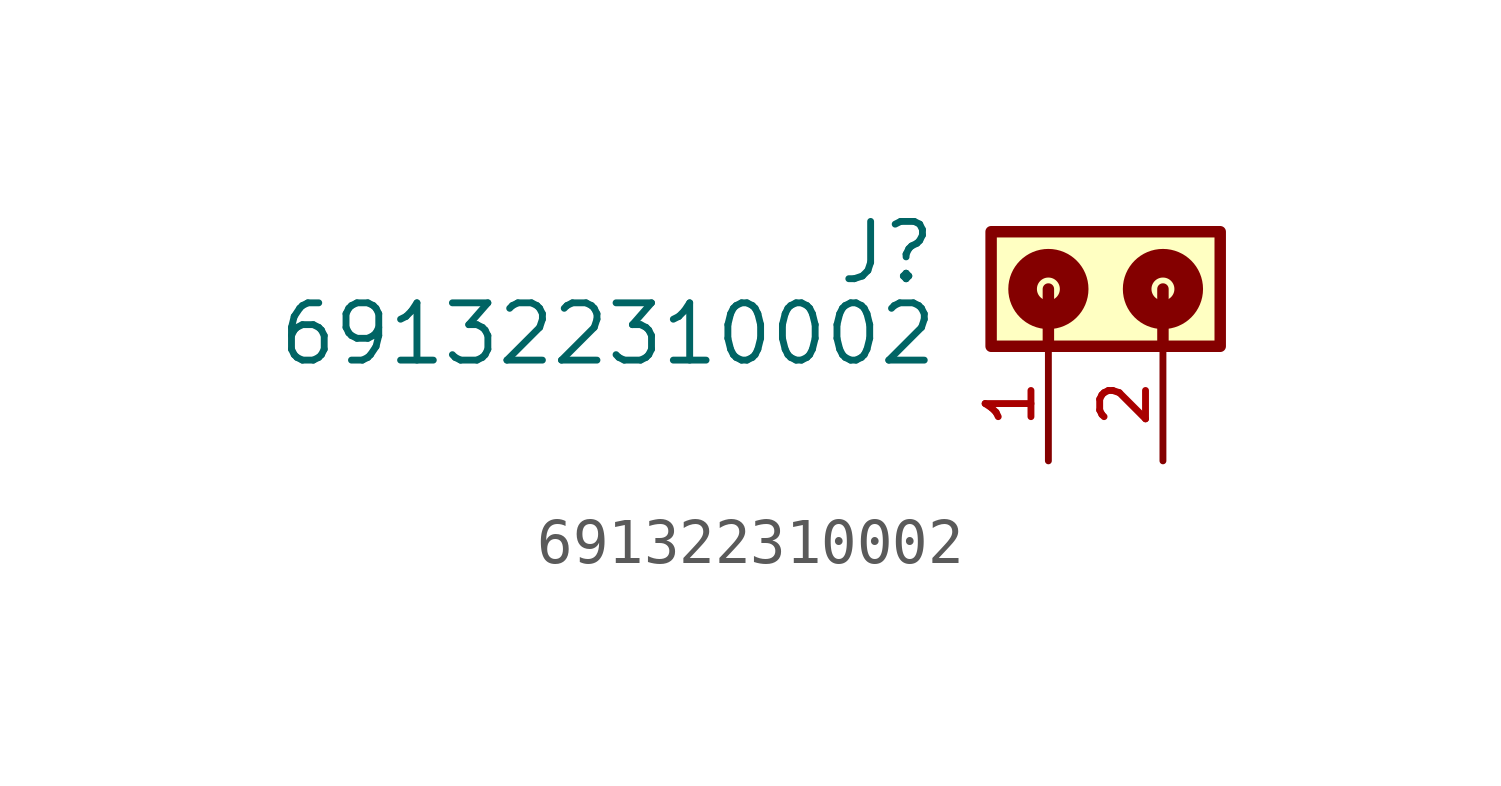
<source format=kicad_sym>
(kicad_symbol_lib
  (version 20211014)
  (generator kicad_symbol_editor)
  (symbol "691322310002"
    (pin_names
      (offset 1.016))
    (property "Reference" "J"
      (at -4.99 -1.205 0)
      (effects (font (size 1.27 1.27)) (justify bottom right)))
    (property "Value" "691322310002"
      (at -4.95 -3.01 0)
      (effects (font (size 1.27 1.27)) (justify bottom right)))
    (symbol "691322310002_0_0"
      (polyline (pts (xy -2.54 -1.27) (xy -2.54 -2.54)) (stroke (width 0.254)))
      (polyline (pts (xy 0.0 -1.27) (xy 0.0 -2.54)) (stroke (width 0.254)))
      (circle (center -2.54 -1.27) (radius 0.254) (stroke (width 0.635)) (fill (type none)))
      (circle (center 0.0 -1.27) (radius 0.254) (stroke (width 0.635)) (fill (type none)))
      (rectangle (start -3.81 -2.54) (end 1.27 -2.22044604925e-16) (stroke (width 0.254)) (fill (type background)))
      (pin passive line (at -2.54 -5.08 90.0) (length 2.54) (name "~" (effects (font (size 1.016 1.016)))) (number "1" (effects (font (size 1.016 1.016)))))
      (pin passive line (at 0.0 -5.08 90.0) (length 2.54) (name "~" (effects (font (size 1.016 1.016)))) (number "2" (effects (font (size 1.016 1.016))))))))
</source>
